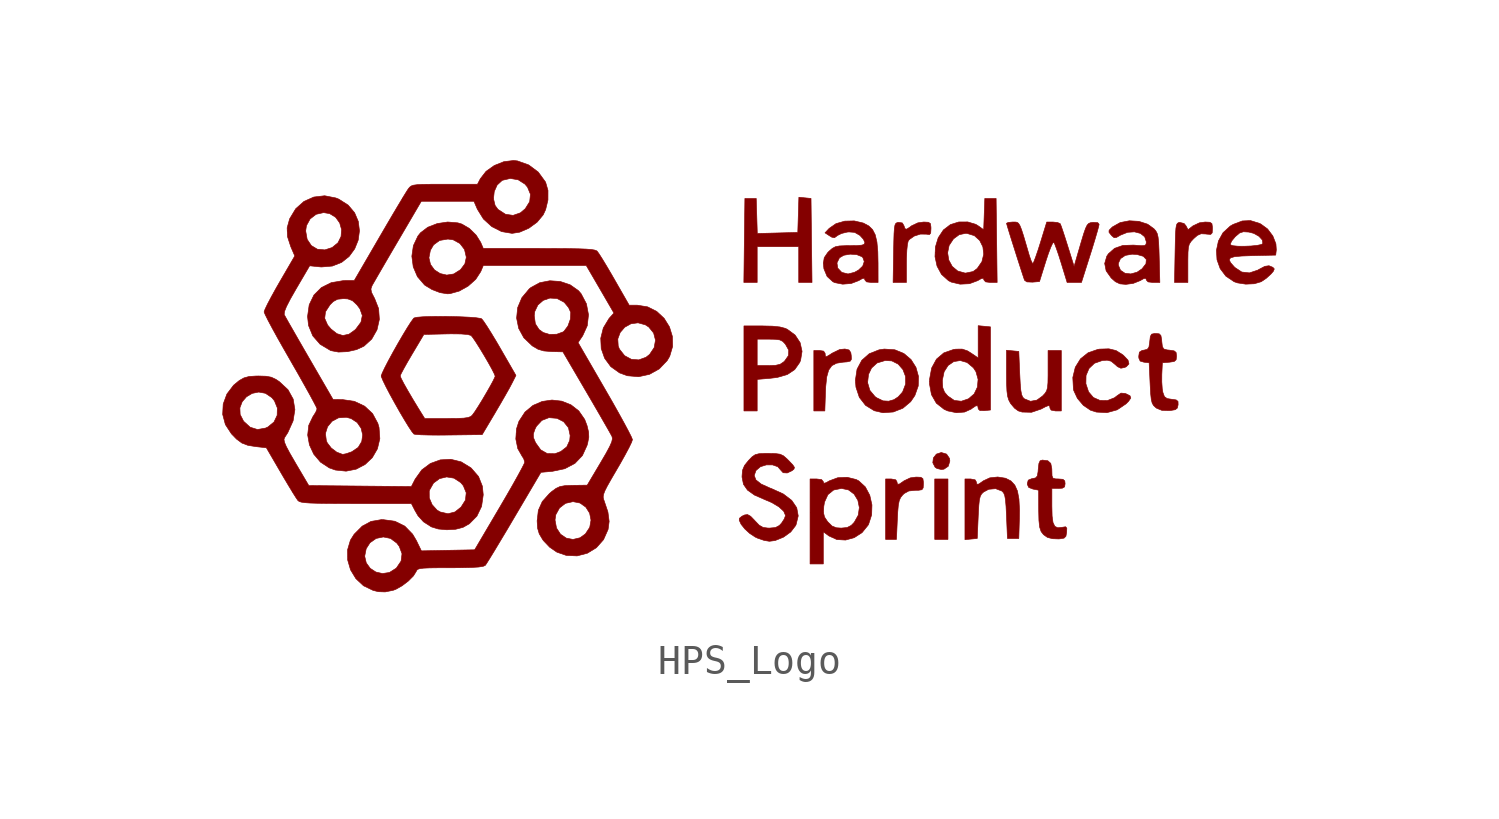
<source format=kicad_sym>
(kicad_symbol_lib
  (version 20211014)
  (generator kicad_symbol_editor)
  (symbol "HPS_Logo"
    (pin_names
      (offset 1.016))
    (property "Reference" "#G"
      (at 0 6.87 0)
      (effects (font (size 1.27 1.27)) hide))
    (symbol "HPS_Logo_0_0"
      (polyline (pts (xy 6.735 -3.528) (xy 6.286 -3.528) (xy 6.286 -5.58) (xy 6.735 -5.58) (xy 6.735 -3.528)) (stroke (width 0.01) (type default) (color 0 0 0 0)) (fill (type outline)))
      (polyline (pts (xy 6.6 -3.195) (xy 6.745 -3.097) (xy 6.799 -2.918) (xy 6.787 -2.829) (xy 6.689 -2.684) (xy 6.51 -2.63) (xy 6.507 -2.63) (xy 6.342 -2.684) (xy 6.24 -2.814) (xy 6.22 -2.977) (xy 6.299 -3.13) (xy 6.363 -3.172) (xy 6.51 -3.207) (xy 6.6 -3.195)) (stroke (width 0.01) (type default) (color 0 0 0 0)) (fill (type outline)))
      (polyline (pts (xy 0.257 4.362) (xy 1.668 4.362) (xy 1.668 3.143) (xy 2.119 3.143) (xy 2.102 4.57) (xy 2.085 5.997) (xy 1.879 6.017) (xy 1.673 6.037) (xy 1.636 4.843) (xy 0.261 4.806) (xy 0.243 5.402) (xy 0.225 5.997) (xy -0.16 5.997) (xy -0.178 4.57) (xy -0.195 3.143) (xy 0.257 3.143) (xy 0.257 4.362)) (stroke (width 0.01) (type default) (color 0 0 0 0)) (fill (type outline)))
      (polyline (pts (xy 2.576 -0.582) (xy 2.584 -0.396) (xy 2.619 -0.062) (xy 2.685 0.17) (xy 2.792 0.319) (xy 2.95 0.402) (xy 3.169 0.437) (xy 3.309 0.448) (xy 3.42 0.474) (xy 3.457 0.537) (xy 3.451 0.661) (xy 3.436 0.762) (xy 3.376 0.852) (xy 3.237 0.885) (xy 3.059 0.867) (xy 2.804 0.743) (xy 2.721 0.688) (xy 2.616 0.627) (xy 2.574 0.635) (xy 2.566 0.708) (xy 2.564 0.738) (xy 2.514 0.813) (xy 2.373 0.834) (xy 2.181 0.834) (xy 2.181 -1.219) (xy 2.554 -1.219) (xy 2.576 -0.582)) (stroke (width 0.01) (type default) (color 0 0 0 0)) (fill (type outline)))
      (polyline (pts (xy 5.016 -4.906) (xy 5.03 -4.641) (xy 5.05 -4.415) (xy 5.081 -4.263) (xy 5.127 -4.159) (xy 5.196 -4.072) (xy 5.248 -4.022) (xy 5.404 -3.936) (xy 5.623 -3.913) (xy 5.734 -3.912) (xy 5.851 -3.893) (xy 5.894 -3.828) (xy 5.901 -3.688) (xy 5.901 -3.633) (xy 5.884 -3.516) (xy 5.814 -3.471) (xy 5.653 -3.464) (xy 5.455 -3.491) (xy 5.242 -3.592) (xy 5.216 -3.612) (xy 5.084 -3.702) (xy 5.02 -3.705) (xy 5.003 -3.624) (xy 4.963 -3.557) (xy 4.811 -3.528) (xy 4.618 -3.528) (xy 4.618 -5.58) (xy 4.986 -5.58) (xy 5.016 -4.906)) (stroke (width 0.01) (type default) (color 0 0 0 0)) (fill (type outline)))
      (polyline (pts (xy 14.881 3.789) (xy 14.881 3.916) (xy 14.885 4.17) (xy 14.899 4.337) (xy 14.931 4.45) (xy 14.988 4.537) (xy 15.076 4.631) (xy 15.201 4.742) (xy 15.331 4.798) (xy 15.493 4.79) (xy 15.527 4.785) (xy 15.657 4.776) (xy 15.707 4.829) (xy 15.715 4.975) (xy 15.714 5.027) (xy 15.697 5.143) (xy 15.627 5.188) (xy 15.467 5.196) (xy 15.272 5.169) (xy 15.053 5.065) (xy 14.887 4.935) (xy 14.816 5.069) (xy 14.751 5.147) (xy 14.604 5.183) (xy 14.566 5.176) (xy 14.524 5.152) (xy 14.494 5.095) (xy 14.475 4.985) (xy 14.462 4.804) (xy 14.454 4.533) (xy 14.446 4.153) (xy 14.428 3.143) (xy 14.881 3.143) (xy 14.881 3.789)) (stroke (width 0.01) (type default) (color 0 0 0 0)) (fill (type outline)))
      (polyline (pts (xy 5.324 3.789) (xy 5.326 3.967) (xy 5.338 4.233) (xy 5.359 4.438) (xy 5.385 4.55) (xy 5.425 4.604) (xy 5.588 4.718) (xy 5.798 4.786) (xy 5.996 4.785) (xy 6 4.784) (xy 6.106 4.77) (xy 6.149 4.821) (xy 6.158 4.97) (xy 6.157 5.026) (xy 6.14 5.143) (xy 6.07 5.188) (xy 5.91 5.196) (xy 5.712 5.168) (xy 5.499 5.067) (xy 5.434 5.017) (xy 5.329 4.952) (xy 5.275 4.97) (xy 5.24 5.072) (xy 5.186 5.165) (xy 5.056 5.184) (xy 5.009 5.176) (xy 4.966 5.151) (xy 4.936 5.094) (xy 4.917 4.984) (xy 4.904 4.804) (xy 4.896 4.533) (xy 4.889 4.153) (xy 4.872 3.143) (xy 5.324 3.143) (xy 5.324 3.789)) (stroke (width 0.01) (type default) (color 0 0 0 0)) (fill (type outline)))
      (polyline (pts (xy 0.257 -0.147) (xy 0.708 -0.109) (xy 0.942 -0.08) (xy 1.284 0.02) (xy 1.532 0.186) (xy 1.7 0.426) (xy 1.731 0.5) (xy 1.781 0.805) (xy 1.716 1.099) (xy 1.545 1.358) (xy 1.278 1.555) (xy 1.207 1.587) (xy 1.027 1.634) (xy 0.779 1.66) (xy 0.433 1.668) (xy -0.192 1.668) (xy -0.192 1.219) (xy 0.257 1.219) (xy 0.669 1.219) (xy 0.867 1.215) (xy 1.024 1.194) (xy 1.127 1.143) (xy 1.214 1.05) (xy 1.214 1.05) (xy 1.328 0.846) (xy 1.32 0.662) (xy 1.19 0.478) (xy 1.149 0.44) (xy 1.033 0.365) (xy 0.88 0.33) (xy 0.644 0.321) (xy 0.257 0.321) (xy 0.257 1.219) (xy -0.192 1.219) (xy -0.192 -1.219) (xy 0.257 -1.219) (xy 0.257 -0.147)) (stroke (width 0.01) (type default) (color 0 0 0 0)) (fill (type outline)))
      (polyline (pts (xy 7.521 -5.568) (xy 7.729 -5.548) (xy 7.761 -4.821) (xy 7.766 -4.718) (xy 7.782 -4.431) (xy 7.802 -4.238) (xy 7.833 -4.115) (xy 7.878 -4.034) (xy 7.945 -3.971) (xy 8.119 -3.878) (xy 8.354 -3.857) (xy 8.567 -3.939) (xy 8.568 -3.94) (xy 8.622 -3.996) (xy 8.661 -4.085) (xy 8.687 -4.231) (xy 8.707 -4.458) (xy 8.723 -4.789) (xy 8.755 -5.548) (xy 9.14 -5.548) (xy 9.16 -4.875) (xy 9.164 -4.578) (xy 9.145 -4.21) (xy 9.094 -3.936) (xy 9.005 -3.738) (xy 8.873 -3.595) (xy 8.691 -3.503) (xy 8.425 -3.461) (xy 8.155 -3.49) (xy 7.936 -3.592) (xy 7.91 -3.612) (xy 7.778 -3.702) (xy 7.714 -3.705) (xy 7.697 -3.624) (xy 7.657 -3.557) (xy 7.505 -3.528) (xy 7.312 -3.528) (xy 7.312 -5.588) (xy 7.521 -5.568)) (stroke (width 0.01) (type default) (color 0 0 0 0)) (fill (type outline)))
      (polyline (pts (xy 9.895 -1.155) (xy 10.043 -1.077) (xy 10.148 -1.036) (xy 10.19 -1.052) (xy 10.198 -1.123) (xy 10.238 -1.19) (xy 10.391 -1.219) (xy 10.583 -1.219) (xy 10.583 0.834) (xy 10.134 0.834) (xy 10.134 0.155) (xy 10.134 -0.01) (xy 10.13 -0.26) (xy 10.115 -0.426) (xy 10.084 -0.537) (xy 10.03 -0.622) (xy 9.947 -0.711) (xy 9.756 -0.85) (xy 9.538 -0.891) (xy 9.329 -0.807) (xy 9.327 -0.806) (xy 9.273 -0.75) (xy 9.235 -0.661) (xy 9.208 -0.515) (xy 9.189 -0.289) (xy 9.172 0.043) (xy 9.14 0.802) (xy 8.932 0.822) (xy 8.723 0.842) (xy 8.723 0.052) (xy 8.726 -0.294) (xy 8.737 -0.54) (xy 8.759 -0.713) (xy 8.796 -0.84) (xy 8.852 -0.948) (xy 8.868 -0.973) (xy 8.996 -1.124) (xy 9.124 -1.217) (xy 9.252 -1.256) (xy 9.572 -1.264) (xy 9.895 -1.155)) (stroke (width 0.01) (type default) (color 0 0 0 0)) (fill (type outline)))
      (polyline (pts (xy 4.878 -1.254) (xy 5.204 -1.126) (xy 5.469 -0.904) (xy 5.612 -0.693) (xy 5.726 -0.37) (xy 5.734 -0.045) (xy 5.649 0.26) (xy 5.481 0.526) (xy 5.238 0.732) (xy 4.932 0.858) (xy 4.573 0.883) (xy 4.397 0.857) (xy 4.062 0.725) (xy 3.809 0.501) (xy 3.648 0.198) (xy 3.592 -0.173) (xy 3.599 -0.257) (xy 4.006 -0.257) (xy 4.038 0.024) (xy 4.14 0.238) (xy 4.329 0.411) (xy 4.604 0.494) (xy 4.829 0.481) (xy 5.045 0.371) (xy 5.206 0.186) (xy 5.295 -0.049) (xy 5.297 -0.307) (xy 5.199 -0.563) (xy 5.184 -0.586) (xy 5.047 -0.739) (xy 4.903 -0.835) (xy 4.723 -0.887) (xy 4.532 -0.876) (xy 4.32 -0.774) (xy 4.26 -0.732) (xy 4.084 -0.521) (xy 4.006 -0.257) (xy 3.599 -0.257) (xy 3.611 -0.411) (xy 3.726 -0.757) (xy 3.936 -1.028) (xy 4.233 -1.211) (xy 4.528 -1.279) (xy 4.878 -1.254)) (stroke (width 0.01) (type default) (color 0 0 0 0)) (fill (type outline)))
      (polyline (pts (xy 12.479 -1.181) (xy 12.78 -0.978) (xy 12.867 -0.891) (xy 12.943 -0.779) (xy 12.916 -0.703) (xy 12.787 -0.638) (xy 12.748 -0.624) (xy 12.61 -0.613) (xy 12.482 -0.699) (xy 12.389 -0.771) (xy 12.147 -0.866) (xy 11.897 -0.862) (xy 11.673 -0.762) (xy 11.51 -0.571) (xy 11.418 -0.295) (xy 11.423 -0.016) (xy 11.524 0.224) (xy 11.711 0.402) (xy 11.974 0.493) (xy 12.14 0.505) (xy 12.276 0.47) (xy 12.407 0.362) (xy 12.492 0.285) (xy 12.606 0.232) (xy 12.733 0.257) (xy 12.791 0.283) (xy 12.88 0.379) (xy 12.849 0.506) (xy 12.695 0.668) (xy 12.667 0.691) (xy 12.442 0.832) (xy 12.198 0.891) (xy 11.887 0.881) (xy 11.826 0.872) (xy 11.495 0.758) (xy 11.235 0.55) (xy 11.058 0.264) (xy 10.974 -0.083) (xy 10.995 -0.475) (xy 11.006 -0.525) (xy 11.13 -0.791) (xy 11.333 -1.03) (xy 11.574 -1.193) (xy 11.775 -1.257) (xy 12.134 -1.276) (xy 12.479 -1.181)) (stroke (width 0.01) (type default) (color 0 0 0 0)) (fill (type outline)))
      (polyline (pts (xy 7.465 3.102) (xy 7.745 3.206) (xy 7.858 3.271) (xy 7.934 3.289) (xy 7.954 3.238) (xy 7.954 3.231) (xy 8.012 3.164) (xy 8.179 3.143) (xy 8.405 3.143) (xy 8.388 4.57) (xy 8.37 5.997) (xy 7.986 5.997) (xy 7.967 5.466) (xy 7.948 4.934) (xy 7.756 5.071) (xy 7.682 5.116) (xy 7.407 5.199) (xy 7.103 5.198) (xy 6.82 5.11) (xy 6.58 4.927) (xy 6.404 4.661) (xy 6.309 4.349) (xy 6.301 4.151) (xy 6.724 4.151) (xy 6.774 4.4) (xy 6.922 4.623) (xy 7.116 4.766) (xy 7.331 4.811) (xy 7.388 4.808) (xy 7.631 4.733) (xy 7.811 4.572) (xy 7.92 4.354) (xy 7.949 4.104) (xy 7.888 3.85) (xy 7.729 3.619) (xy 7.588 3.515) (xy 7.342 3.464) (xy 7.308 3.465) (xy 7.065 3.533) (xy 6.88 3.689) (xy 6.763 3.904) (xy 6.724 4.151) (xy 6.301 4.151) (xy 6.295 4.019) (xy 6.364 3.699) (xy 6.516 3.418) (xy 6.753 3.205) (xy 6.849 3.156) (xy 7.148 3.086) (xy 7.465 3.102)) (stroke (width 0.01) (type default) (color 0 0 0 0)) (fill (type outline)))
      (polyline (pts (xy 2.502 -5.32) (xy 2.692 -5.461) (xy 2.695 -5.463) (xy 2.963 -5.585) (xy 3.259 -5.602) (xy 3.554 -5.52) (xy 3.819 -5.349) (xy 4.024 -5.096) (xy 4.042 -5.061) (xy 4.144 -4.746) (xy 4.154 -4.409) (xy 4.08 -4.081) (xy 3.929 -3.798) (xy 3.708 -3.594) (xy 3.616 -3.546) (xy 3.313 -3.471) (xy 2.993 -3.486) (xy 2.71 -3.591) (xy 2.597 -3.655) (xy 2.521 -3.674) (xy 2.502 -3.623) (xy 2.501 -3.616) (xy 2.444 -3.549) (xy 2.277 -3.528) (xy 2.053 -3.528) (xy 2.053 -4.675) (xy 2.509 -4.675) (xy 2.518 -4.465) (xy 2.543 -4.314) (xy 2.659 -4.06) (xy 2.853 -3.903) (xy 3.119 -3.849) (xy 3.356 -3.899) (xy 3.549 -4.043) (xy 3.676 -4.253) (xy 3.726 -4.5) (xy 3.689 -4.758) (xy 3.554 -4.998) (xy 3.452 -5.104) (xy 3.312 -5.177) (xy 3.111 -5.196) (xy 2.948 -5.185) (xy 2.8 -5.127) (xy 2.661 -4.99) (xy 2.638 -4.962) (xy 2.544 -4.821) (xy 2.509 -4.675) (xy 2.053 -4.675) (xy 2.053 -6.414) (xy 2.502 -6.414) (xy 2.502 -5.32)) (stroke (width 0.01) (type default) (color 0 0 0 0)) (fill (type outline)))
      (polyline (pts (xy 7.299 -1.256) (xy 7.522 -1.155) (xy 7.552 -1.131) (xy 7.682 -1.044) (xy 7.745 -1.043) (xy 7.761 -1.127) (xy 7.763 -1.149) (xy 7.819 -1.204) (xy 7.97 -1.207) (xy 8.178 -1.187) (xy 8.178 1.636) (xy 7.97 1.656) (xy 7.761 1.676) (xy 7.761 0.581) (xy 7.521 0.745) (xy 7.399 0.821) (xy 7.218 0.882) (xy 7 0.879) (xy 6.924 0.868) (xy 6.595 0.753) (xy 6.345 0.541) (xy 6.181 0.239) (xy 6.11 -0.145) (xy 6.109 -0.213) (xy 6.544 -0.213) (xy 6.545 -0.173) (xy 6.605 0.114) (xy 6.741 0.327) (xy 6.931 0.457) (xy 7.153 0.493) (xy 7.383 0.427) (xy 7.599 0.247) (xy 7.686 0.113) (xy 7.758 -0.145) (xy 7.735 -0.409) (xy 7.624 -0.641) (xy 7.431 -0.807) (xy 7.188 -0.889) (xy 6.95 -0.862) (xy 6.73 -0.711) (xy 6.619 -0.581) (xy 6.558 -0.429) (xy 6.544 -0.213) (xy 6.109 -0.213) (xy 6.108 -0.301) (xy 6.175 -0.666) (xy 6.341 -0.956) (xy 6.606 -1.164) (xy 6.732 -1.219) (xy 7.021 -1.278) (xy 7.299 -1.256)) (stroke (width 0.01) (type default) (color 0 0 0 0)) (fill (type outline)))
      (polyline (pts (xy 10.532 -5.561) (xy 10.676 -5.537) (xy 10.74 -5.474) (xy 10.764 -5.338) (xy 10.77 -5.199) (xy 10.73 -5.151) (xy 10.619 -5.168) (xy 10.61 -5.17) (xy 10.463 -5.185) (xy 10.364 -5.137) (xy 10.302 -5.009) (xy 10.271 -4.785) (xy 10.263 -4.45) (xy 10.263 -3.849) (xy 10.487 -3.849) (xy 10.619 -3.841) (xy 10.695 -3.797) (xy 10.712 -3.688) (xy 10.701 -3.594) (xy 10.639 -3.54) (xy 10.487 -3.528) (xy 10.393 -3.526) (xy 10.302 -3.502) (xy 10.268 -3.421) (xy 10.263 -3.246) (xy 10.261 -3.18) (xy 10.226 -3) (xy 10.127 -2.91) (xy 9.94 -2.886) (xy 9.865 -2.91) (xy 9.823 -3.001) (xy 9.801 -3.191) (xy 9.794 -3.285) (xy 9.769 -3.426) (xy 9.713 -3.491) (xy 9.605 -3.516) (xy 9.58 -3.519) (xy 9.461 -3.568) (xy 9.429 -3.684) (xy 9.43 -3.713) (xy 9.478 -3.816) (xy 9.621 -3.871) (xy 9.814 -3.909) (xy 9.816 -4.569) (xy 9.816 -4.619) (xy 9.824 -4.94) (xy 9.848 -5.162) (xy 9.898 -5.313) (xy 9.979 -5.418) (xy 10.102 -5.505) (xy 10.124 -5.516) (xy 10.288 -5.556) (xy 10.487 -5.564) (xy 10.532 -5.561)) (stroke (width 0.01) (type default) (color 0 0 0 0)) (fill (type outline)))
      (polyline (pts (xy 14.304 -1.201) (xy 14.453 -1.176) (xy 14.522 -1.121) (xy 14.548 -1.014) (xy 14.549 -1.006) (xy 14.546 -0.896) (xy 14.484 -0.844) (xy 14.327 -0.822) (xy 14.176 -0.798) (xy 14.085 -0.733) (xy 14.032 -0.589) (xy 14.011 -0.468) (xy 13.995 -0.233) (xy 13.996 0.02) (xy 14.015 0.417) (xy 14.255 0.437) (xy 14.259 0.437) (xy 14.416 0.461) (xy 14.482 0.519) (xy 14.496 0.641) (xy 14.496 0.644) (xy 14.482 0.766) (xy 14.414 0.822) (xy 14.255 0.846) (xy 14.173 0.854) (xy 14.063 0.885) (xy 14.015 0.967) (xy 13.995 1.139) (xy 13.99 1.203) (xy 13.965 1.342) (xy 13.908 1.4) (xy 13.79 1.411) (xy 13.746 1.41) (xy 13.65 1.389) (xy 13.606 1.31) (xy 13.586 1.139) (xy 13.583 1.104) (xy 13.558 0.946) (xy 13.502 0.873) (xy 13.389 0.846) (xy 13.327 0.836) (xy 13.235 0.778) (xy 13.213 0.641) (xy 13.216 0.576) (xy 13.261 0.475) (xy 13.389 0.437) (xy 13.566 0.417) (xy 13.598 -0.279) (xy 13.601 -0.341) (xy 13.617 -0.632) (xy 13.638 -0.827) (xy 13.669 -0.952) (xy 13.716 -1.034) (xy 13.785 -1.099) (xy 13.822 -1.127) (xy 13.995 -1.197) (xy 14.234 -1.206) (xy 14.304 -1.201)) (stroke (width 0.01) (type default) (color 0 0 0 0)) (fill (type outline)))
      (polyline (pts (xy 17.135 3.1) (xy 17.369 3.169) (xy 17.371 3.17) (xy 17.539 3.283) (xy 17.701 3.429) (xy 17.784 3.525) (xy 17.815 3.604) (xy 17.765 3.659) (xy 17.765 3.659) (xy 17.635 3.712) (xy 17.495 3.692) (xy 17.304 3.592) (xy 17.254 3.563) (xy 16.972 3.469) (xy 16.711 3.498) (xy 16.479 3.651) (xy 16.448 3.683) (xy 16.329 3.818) (xy 16.285 3.914) (xy 16.328 3.979) (xy 16.467 4.02) (xy 16.713 4.042) (xy 17.078 4.055) (xy 17.863 4.073) (xy 17.884 4.252) (xy 17.87 4.456) (xy 17.766 4.722) (xy 17.587 4.96) (xy 17.358 5.128) (xy 17.306 5.152) (xy 17.007 5.245) (xy 16.726 5.232) (xy 16.418 5.115) (xy 16.319 5.058) (xy 16.074 4.833) (xy 15.918 4.55) (xy 15.897 4.45) (xy 16.321 4.45) (xy 16.371 4.556) (xy 16.483 4.691) (xy 16.497 4.705) (xy 16.637 4.824) (xy 16.767 4.866) (xy 16.952 4.855) (xy 17.118 4.811) (xy 17.294 4.712) (xy 17.408 4.588) (xy 17.427 4.464) (xy 17.38 4.434) (xy 17.233 4.403) (xy 17.025 4.382) (xy 16.793 4.373) (xy 16.575 4.375) (xy 16.406 4.392) (xy 16.325 4.424) (xy 16.321 4.45) (xy 15.897 4.45) (xy 15.851 4.236) (xy 15.87 3.915) (xy 15.978 3.614) (xy 16.172 3.357) (xy 16.452 3.169) (xy 16.564 3.13) (xy 16.846 3.087) (xy 17.135 3.1)) (stroke (width 0.01) (type default) (color 0 0 0 0)) (fill (type outline)))
      (polyline (pts (xy 11.567 4.089) (xy 11.624 4.269) (xy 11.72 4.583) (xy 11.797 4.845) (xy 11.849 5.032) (xy 11.867 5.119) (xy 11.821 5.175) (xy 11.663 5.184) (xy 11.652 5.183) (xy 11.573 5.172) (xy 11.512 5.147) (xy 11.46 5.09) (xy 11.407 4.981) (xy 11.345 4.804) (xy 11.265 4.54) (xy 11.157 4.17) (xy 11.018 3.69) (xy 10.8 4.385) (xy 10.721 4.635) (xy 10.641 4.88) (xy 10.58 5.057) (xy 10.547 5.138) (xy 10.545 5.141) (xy 10.455 5.18) (xy 10.3 5.196) (xy 10.089 5.196) (xy 9.872 4.49) (xy 9.789 4.229) (xy 9.709 3.998) (xy 9.649 3.842) (xy 9.616 3.784) (xy 9.602 3.796) (xy 9.554 3.893) (xy 9.498 4.057) (xy 9.39 4.426) (xy 9.301 4.729) (xy 9.233 4.939) (xy 9.179 5.075) (xy 9.131 5.152) (xy 9.081 5.187) (xy 9.02 5.196) (xy 8.941 5.196) (xy 8.918 5.195) (xy 8.78 5.181) (xy 8.723 5.153) (xy 8.726 5.141) (xy 8.756 5.036) (xy 8.815 4.842) (xy 8.895 4.585) (xy 8.989 4.289) (xy 9.087 3.98) (xy 9.183 3.682) (xy 9.268 3.42) (xy 9.335 3.219) (xy 9.415 3.163) (xy 9.603 3.155) (xy 9.843 3.175) (xy 10.06 3.87) (xy 10.144 4.124) (xy 10.226 4.34) (xy 10.29 4.476) (xy 10.328 4.511) (xy 10.355 4.46) (xy 10.414 4.304) (xy 10.493 4.075) (xy 10.58 3.8) (xy 10.781 3.143) (xy 11.267 3.143) (xy 11.567 4.089)) (stroke (width 0.01) (type default) (color 0 0 0 0)) (fill (type outline)))
      (polyline (pts (xy 13.024 3.112) (xy 13.261 3.206) (xy 13.375 3.271) (xy 13.45 3.289) (xy 13.47 3.238) (xy 13.47 3.228) (xy 13.53 3.163) (xy 13.699 3.143) (xy 13.929 3.143) (xy 13.908 3.972) (xy 13.9 4.245) (xy 13.888 4.507) (xy 13.869 4.685) (xy 13.84 4.804) (xy 13.795 4.89) (xy 13.73 4.967) (xy 13.515 5.122) (xy 13.217 5.219) (xy 12.893 5.238) (xy 12.584 5.178) (xy 12.331 5.037) (xy 12.3 5.011) (xy 12.207 4.917) (xy 12.202 4.849) (xy 12.274 4.757) (xy 12.303 4.725) (xy 12.377 4.664) (xy 12.457 4.673) (xy 12.594 4.751) (xy 12.598 4.753) (xy 12.832 4.847) (xy 13.066 4.863) (xy 13.271 4.81) (xy 13.415 4.694) (xy 13.47 4.524) (xy 13.47 4.516) (xy 13.46 4.437) (xy 13.414 4.399) (xy 13.299 4.392) (xy 13.087 4.409) (xy 13.034 4.413) (xy 12.673 4.401) (xy 12.395 4.305) (xy 12.185 4.12) (xy 12.128 4.036) (xy 12.057 3.791) (xy 12.519 3.791) (xy 12.592 3.952) (xy 12.757 4.063) (xy 12.987 4.104) (xy 13.158 4.093) (xy 13.368 4.032) (xy 13.47 3.924) (xy 13.458 3.78) (xy 13.325 3.608) (xy 13.157 3.493) (xy 12.943 3.434) (xy 12.745 3.457) (xy 12.594 3.558) (xy 12.52 3.732) (xy 12.519 3.791) (xy 12.057 3.791) (xy 12.056 3.79) (xy 12.106 3.538) (xy 12.277 3.297) (xy 12.42 3.17) (xy 12.574 3.097) (xy 12.774 3.079) (xy 13.024 3.112)) (stroke (width 0.01) (type default) (color 0 0 0 0)) (fill (type outline)))
      (polyline (pts (xy 3.449 3.109) (xy 3.704 3.206) (xy 3.817 3.271) (xy 3.893 3.289) (xy 3.913 3.238) (xy 3.913 3.231) (xy 3.97 3.164) (xy 4.137 3.143) (xy 4.362 3.143) (xy 4.361 3.8) (xy 4.353 4.184) (xy 4.323 4.519) (xy 4.265 4.764) (xy 4.175 4.938) (xy 4.048 5.062) (xy 3.862 5.161) (xy 3.554 5.234) (xy 3.231 5.226) (xy 2.934 5.141) (xy 2.703 4.981) (xy 2.56 4.829) (xy 2.714 4.728) (xy 2.791 4.681) (xy 2.881 4.663) (xy 2.965 4.724) (xy 2.981 4.738) (xy 3.123 4.808) (xy 3.311 4.854) (xy 3.371 4.86) (xy 3.566 4.845) (xy 3.736 4.748) (xy 3.751 4.736) (xy 3.865 4.611) (xy 3.913 4.501) (xy 3.913 4.495) (xy 3.891 4.443) (xy 3.816 4.412) (xy 3.662 4.397) (xy 3.404 4.394) (xy 3.265 4.393) (xy 3.053 4.384) (xy 2.913 4.357) (xy 2.807 4.3) (xy 2.698 4.205) (xy 2.65 4.156) (xy 2.534 3.985) (xy 2.507 3.808) (xy 2.966 3.808) (xy 3.051 3.982) (xy 3.2 4.068) (xy 3.413 4.105) (xy 3.636 4.09) (xy 3.812 4.02) (xy 3.845 3.99) (xy 3.893 3.855) (xy 3.841 3.701) (xy 3.699 3.565) (xy 3.56 3.488) (xy 3.342 3.433) (xy 3.143 3.483) (xy 3.123 3.493) (xy 2.993 3.631) (xy 2.966 3.808) (xy 2.507 3.808) (xy 2.504 3.788) (xy 2.523 3.609) (xy 2.632 3.348) (xy 2.829 3.168) (xy 2.894 3.138) (xy 3.159 3.086) (xy 3.449 3.109)) (stroke (width 0.01) (type default) (color 0 0 0 0)) (fill (type outline)))
      (polyline (pts (xy 0.869 -5.618) (xy 1.15 -5.504) (xy 1.397 -5.327) (xy 1.562 -5.112) (xy 1.578 -5.078) (xy 1.651 -4.782) (xy 1.6 -4.505) (xy 1.43 -4.255) (xy 1.144 -4.037) (xy 0.746 -3.856) (xy 0.691 -3.836) (xy 0.391 -3.7) (xy 0.214 -3.56) (xy 0.157 -3.41) (xy 0.215 -3.245) (xy 0.22 -3.237) (xy 0.368 -3.112) (xy 0.567 -3.05) (xy 0.777 -3.049) (xy 0.957 -3.112) (xy 1.067 -3.238) (xy 1.139 -3.316) (xy 1.279 -3.324) (xy 1.447 -3.243) (xy 1.508 -3.19) (xy 1.522 -3.133) (xy 1.466 -3.049) (xy 1.33 -2.906) (xy 1.268 -2.844) (xy 1.149 -2.741) (xy 1.033 -2.687) (xy 0.876 -2.666) (xy 0.635 -2.662) (xy 0.514 -2.662) (xy 0.318 -2.671) (xy 0.189 -2.704) (xy 0.084 -2.776) (xy -0.037 -2.901) (xy -0.172 -3.069) (xy -0.24 -3.23) (xy -0.257 -3.437) (xy -0.256 -3.47) (xy -0.208 -3.71) (xy -0.071 -3.907) (xy 0.167 -4.076) (xy 0.519 -4.23) (xy 0.747 -4.327) (xy 0.995 -4.474) (xy 1.159 -4.626) (xy 1.219 -4.767) (xy 1.219 -4.771) (xy 1.178 -4.884) (xy 1.086 -5.026) (xy 1.01 -5.108) (xy 0.876 -5.178) (xy 0.674 -5.196) (xy 0.621 -5.195) (xy 0.456 -5.173) (xy 0.327 -5.099) (xy 0.181 -4.947) (xy 0.174 -4.938) (xy 0.034 -4.794) (xy -0.069 -4.737) (xy -0.17 -4.75) (xy -0.26 -4.793) (xy -0.345 -4.862) (xy -0.352 -4.928) (xy -0.289 -5.066) (xy -0.161 -5.226) (xy 0.007 -5.38) (xy 0.191 -5.5) (xy 0.279 -5.541) (xy 0.496 -5.615) (xy 0.673 -5.644) (xy 0.869 -5.618)) (stroke (width 0.01) (type default) (color 0 0 0 0)) (fill (type outline)))
      (polyline (pts (xy -10.2 -2.036) (xy -9.079 -2.021) (xy -8.64 -1.283) (xy -8.626 -1.258) (xy -8.449 -0.957) (xy -8.285 -0.672) (xy -8.152 -0.436) (xy -8.068 -0.278) (xy -7.934 -0.012) (xy -8.464 0.908) (xy -8.588 1.121) (xy -8.764 1.413) (xy -8.916 1.655) (xy -9.031 1.827) (xy -9.096 1.908) (xy -9.132 1.923) (xy -9.285 1.946) (xy -9.525 1.965) (xy -9.825 1.979) (xy -10.158 1.988) (xy -10.499 1.991) (xy -10.819 1.988) (xy -11.092 1.979) (xy -11.292 1.962) (xy -11.392 1.939) (xy -11.413 1.919) (xy -11.5 1.8) (xy -11.627 1.602) (xy -11.78 1.348) (xy -11.947 1.061) (xy -12.113 0.766) (xy -12.266 0.485) (xy -12.391 0.243) (xy -12.476 0.063) (xy -12.507 -0.028) (xy -11.864 -0.028) (xy -11.864 -0.028) (xy -11.83 0.051) (xy -11.743 0.215) (xy -11.616 0.441) (xy -11.461 0.706) (xy -11.06 1.379) (xy -10.302 1.397) (xy -10.144 1.4) (xy -9.8 1.396) (xy -9.569 1.377) (xy -9.457 1.344) (xy -9.405 1.281) (xy -9.3 1.129) (xy -9.167 0.918) (xy -9.021 0.677) (xy -8.879 0.434) (xy -8.757 0.215) (xy -8.672 0.048) (xy -8.639 -0.037) (xy -8.645 -0.06) (xy -8.7 -0.179) (xy -8.801 -0.366) (xy -8.931 -0.594) (xy -9.073 -0.836) (xy -9.213 -1.063) (xy -9.333 -1.248) (xy -9.417 -1.363) (xy -9.469 -1.408) (xy -9.561 -1.442) (xy -9.709 -1.463) (xy -9.938 -1.473) (xy -10.272 -1.475) (xy -11.031 -1.475) (xy -11.181 -1.235) (xy -11.255 -1.115) (xy -11.444 -0.803) (xy -11.611 -0.518) (xy -11.745 -0.281) (xy -11.833 -0.11) (xy -11.864 -0.028) (xy -12.507 -0.028) (xy -12.508 -0.032) (xy -12.502 -0.058) (xy -12.448 -0.19) (xy -12.346 -0.399) (xy -12.209 -0.66) (xy -12.049 -0.95) (xy -11.882 -1.246) (xy -11.719 -1.522) (xy -11.575 -1.757) (xy -11.463 -1.925) (xy -11.396 -2.004) (xy -11.334 -2.016) (xy -11.159 -2.028) (xy -10.897 -2.036) (xy -10.57 -2.039) (xy -10.2 -2.036)) (stroke (width 0.01) (type default) (color 0 0 0 0)) (fill (type outline)))
      (polyline (pts (xy -3.401 0.024) (xy -3.068 0.209) (xy -2.798 0.492) (xy -2.712 0.64) (xy -2.614 0.971) (xy -2.621 1.31) (xy -2.721 1.635) (xy -2.902 1.926) (xy -3.153 2.16) (xy -3.463 2.316) (xy -3.818 2.373) (xy -4.089 2.373) (xy -4.588 3.244) (xy -4.684 3.411) (xy -4.855 3.702) (xy -5.003 3.946) (xy -5.115 4.121) (xy -5.178 4.207) (xy -5.194 4.219) (xy -5.26 4.244) (xy -5.375 4.263) (xy -5.553 4.277) (xy -5.807 4.287) (xy -6.15 4.293) (xy -6.595 4.296) (xy -7.155 4.298) (xy -9.042 4.298) (xy -9.131 4.506) (xy -9.285 4.752) (xy -9.515 4.978) (xy -9.77 5.127) (xy -9.907 5.168) (xy -10.251 5.197) (xy -10.605 5.144) (xy -10.927 5.019) (xy -11.174 4.831) (xy -11.263 4.719) (xy -11.416 4.394) (xy -11.468 4.036) (xy -11.461 3.981) (xy -10.888 3.981) (xy -10.838 4.237) (xy -10.73 4.421) (xy -10.526 4.57) (xy -10.243 4.618) (xy -10.064 4.592) (xy -9.836 4.467) (xy -9.68 4.264) (xy -9.621 4.009) (xy -9.622 3.983) (xy -9.668 3.775) (xy -9.809 3.587) (xy -9.825 3.572) (xy -10.047 3.432) (xy -10.283 3.395) (xy -10.508 3.447) (xy -10.7 3.571) (xy -10.834 3.755) (xy -10.888 3.981) (xy -11.461 3.981) (xy -11.421 3.675) (xy -11.278 3.34) (xy -11.04 3.063) (xy -11.02 3.047) (xy -10.784 2.904) (xy -10.51 2.799) (xy -10.263 2.759) (xy -10.172 2.764) (xy -9.86 2.851) (xy -9.555 3.022) (xy -9.299 3.251) (xy -9.13 3.511) (xy -9.042 3.72) (xy -5.546 3.72) (xy -5.076 2.913) (xy -4.607 2.105) (xy -4.733 1.966) (xy -4.773 1.921) (xy -4.967 1.6) (xy -5.054 1.252) (xy -5.053 1.226) (xy -4.476 1.226) (xy -4.394 1.446) (xy -4.238 1.625) (xy -4.029 1.741) (xy -3.788 1.774) (xy -3.538 1.705) (xy -3.424 1.631) (xy -3.259 1.428) (xy -3.196 1.185) (xy -3.24 0.932) (xy -3.395 0.701) (xy -3.517 0.604) (xy -3.763 0.515) (xy -4.015 0.535) (xy -4.244 0.658) (xy -4.418 0.878) (xy -4.461 0.985) (xy -4.476 1.226) (xy -5.053 1.226) (xy -5.038 0.9) (xy -4.923 0.571) (xy -4.714 0.287) (xy -4.415 0.073) (xy -4.151 -0.023) (xy -3.77 -0.056) (xy -3.401 0.024)) (stroke (width 0.01) (type default) (color 0 0 0 0)) (fill (type outline)))
      (polyline (pts (xy -13.653 0.795) (xy -13.347 0.864) (xy -13.092 0.982) (xy -12.83 1.222) (xy -12.651 1.537) (xy -12.571 1.891) (xy -12.597 2.257) (xy -12.735 2.608) (xy -12.752 2.637) (xy -12.838 2.807) (xy -12.858 2.923) (xy -12.822 3.03) (xy -12.791 3.086) (xy -12.698 3.247) (xy -12.558 3.49) (xy -12.379 3.798) (xy -12.172 4.153) (xy -11.946 4.538) (xy -11.147 5.901) (xy -9.36 5.901) (xy -9.242 5.628) (xy -9.241 5.627) (xy -9.037 5.299) (xy -8.754 5.041) (xy -8.42 4.871) (xy -8.064 4.811) (xy -7.805 4.852) (xy -7.494 4.987) (xy -7.214 5.192) (xy -7.009 5.439) (xy -6.925 5.619) (xy -6.847 5.944) (xy -6.846 6.269) (xy -6.926 6.546) (xy -6.933 6.559) (xy -7.177 6.893) (xy -7.501 7.135) (xy -7.882 7.271) (xy -8.015 7.285) (xy -8.344 7.245) (xy -8.669 7.115) (xy -8.948 6.917) (xy -9.142 6.667) (xy -9.24 6.478) (xy -10.434 6.478) (xy -10.817 6.478) (xy -11.094 6.474) (xy -11.286 6.464) (xy -11.412 6.447) (xy -11.491 6.419) (xy -11.543 6.378) (xy -11.589 6.322) (xy -11.645 6.236) (xy -11.759 6.052) (xy -11.797 5.987) (xy -8.696 5.987) (xy -8.67 6.232) (xy -8.572 6.452) (xy -8.406 6.605) (xy -8.386 6.615) (xy -8.125 6.676) (xy -7.857 6.63) (xy -7.628 6.483) (xy -7.54 6.379) (xy -7.441 6.138) (xy -7.467 5.888) (xy -7.617 5.648) (xy -7.782 5.508) (xy -8.031 5.422) (xy -8.289 5.46) (xy -8.544 5.625) (xy -8.642 5.76) (xy -8.696 5.987) (xy -11.797 5.987) (xy -11.917 5.788) (xy -12.111 5.462) (xy -12.33 5.089) (xy -12.565 4.686) (xy -13.425 3.207) (xy -13.738 3.207) (xy -13.798 3.206) (xy -14.204 3.138) (xy -14.539 2.971) (xy -14.793 2.717) (xy -14.953 2.386) (xy -15.009 1.988) (xy -15.002 1.924) (xy -14.427 1.924) (xy -14.4 2.151) (xy -14.246 2.387) (xy -14.138 2.495) (xy -13.99 2.575) (xy -13.79 2.595) (xy -13.642 2.586) (xy -13.486 2.527) (xy -13.335 2.387) (xy -13.232 2.251) (xy -13.15 2.022) (xy -13.195 1.796) (xy -13.367 1.565) (xy -13.41 1.524) (xy -13.601 1.388) (xy -13.79 1.347) (xy -13.831 1.349) (xy -14.017 1.407) (xy -14.214 1.565) (xy -14.327 1.697) (xy -14.427 1.924) (xy -15.002 1.924) (xy -14.976 1.683) (xy -14.832 1.331) (xy -14.582 1.045) (xy -14.23 0.835) (xy -14.215 0.829) (xy -13.96 0.781) (xy -13.653 0.795)) (stroke (width 0.01) (type default) (color 0 0 0 0)) (fill (type outline)))
      (polyline (pts (xy -9.981 -5.236) (xy -9.731 -5.171) (xy -9.515 -5.049) (xy -9.26 -4.791) (xy -9.1 -4.458) (xy -9.044 -4.067) (xy -9.073 -3.774) (xy -9.204 -3.445) (xy -9.45 -3.161) (xy -9.469 -3.145) (xy -9.793 -2.947) (xy -10.146 -2.86) (xy -10.502 -2.88) (xy -10.839 -3.002) (xy -11.132 -3.221) (xy -11.355 -3.533) (xy -11.485 -3.786) (xy -13.226 -3.769) (xy -14.967 -3.752) (xy -15.416 -2.991) (xy -15.44 -2.949) (xy -15.616 -2.645) (xy -15.731 -2.428) (xy -15.793 -2.281) (xy -15.81 -2.187) (xy -15.79 -2.125) (xy -15.68 -1.955) (xy -15.5 -1.555) (xy -15.439 -1.173) (xy -15.497 -0.817) (xy -15.673 -0.498) (xy -15.966 -0.225) (xy -16.084 -0.146) (xy -16.24 -0.073) (xy -16.418 -0.04) (xy -16.671 -0.032) (xy -16.757 -0.033) (xy -16.996 -0.049) (xy -17.17 -0.097) (xy -17.329 -0.187) (xy -17.52 -0.344) (xy -17.748 -0.645) (xy -17.873 -0.983) (xy -17.88 -1.113) (xy -17.307 -1.113) (xy -17.229 -0.907) (xy -17.083 -0.738) (xy -16.889 -0.622) (xy -16.668 -0.577) (xy -16.439 -0.619) (xy -16.223 -0.765) (xy -16.134 -0.873) (xy -16.035 -1.117) (xy -16.041 -1.368) (xy -16.149 -1.594) (xy -16.355 -1.763) (xy -16.438 -1.801) (xy -16.709 -1.849) (xy -16.958 -1.771) (xy -17.181 -1.568) (xy -17.181 -1.568) (xy -17.298 -1.339) (xy -17.307 -1.113) (xy -17.88 -1.113) (xy -17.891 -1.336) (xy -17.799 -1.681) (xy -17.593 -1.996) (xy -17.421 -2.173) (xy -17.237 -2.309) (xy -17.031 -2.387) (xy -16.752 -2.431) (xy -16.407 -2.469) (xy -15.917 -3.311) (xy -15.834 -3.453) (xy -15.662 -3.742) (xy -15.538 -3.946) (xy -10.878 -3.946) (xy -10.865 -3.901) (xy -10.732 -3.667) (xy -10.529 -3.517) (xy -10.288 -3.459) (xy -10.037 -3.501) (xy -9.809 -3.651) (xy -9.72 -3.756) (xy -9.622 -3.997) (xy -9.648 -4.246) (xy -9.798 -4.483) (xy -10.002 -4.647) (xy -10.24 -4.709) (xy -10.503 -4.649) (xy -10.61 -4.587) (xy -10.778 -4.403) (xy -10.876 -4.174) (xy -10.878 -3.946) (xy -15.538 -3.946) (xy -15.513 -3.988) (xy -15.4 -4.167) (xy -15.338 -4.257) (xy -15.333 -4.263) (xy -15.292 -4.292) (xy -15.22 -4.315) (xy -15.104 -4.332) (xy -14.929 -4.345) (xy -14.682 -4.353) (xy -14.348 -4.358) (xy -13.915 -4.361) (xy -13.367 -4.362) (xy -11.484 -4.362) (xy -11.361 -4.602) (xy -11.257 -4.78) (xy -11.072 -4.983) (xy -10.808 -5.153) (xy -10.806 -5.154) (xy -10.575 -5.226) (xy -10.281 -5.253) (xy -9.981 -5.236)) (stroke (width 0.01) (type default) (color 0 0 0 0)) (fill (type outline)))
      (polyline (pts (xy -12.102 -7.308) (xy -12.011 -7.274) (xy -11.798 -7.154) (xy -11.586 -6.992) (xy -11.413 -6.818) (xy -11.319 -6.666) (xy -11.305 -6.632) (xy -11.268 -6.596) (xy -11.194 -6.572) (xy -11.065 -6.556) (xy -10.863 -6.547) (xy -10.569 -6.543) (xy -10.165 -6.542) (xy -9.811 -6.541) (xy -9.453 -6.533) (xy -9.202 -6.518) (xy -9.047 -6.494) (xy -8.975 -6.462) (xy -8.973 -6.46) (xy -8.917 -6.376) (xy -8.805 -6.197) (xy -8.648 -5.94) (xy -8.455 -5.618) (xy -8.233 -5.248) (xy -7.994 -4.843) (xy -7.086 -3.303) (xy -6.702 -3.269) (xy -6.7 -3.269) (xy -6.275 -3.18) (xy -5.931 -2.999) (xy -5.677 -2.733) (xy -5.519 -2.387) (xy -5.497 -2.305) (xy -5.46 -2.109) (xy -5.467 -1.937) (xy -5.519 -1.718) (xy -5.599 -1.507) (xy -5.8 -1.217) (xy -6.066 -1.01) (xy -6.377 -0.886) (xy -6.71 -0.848) (xy -7.043 -0.896) (xy -7.356 -1.031) (xy -7.626 -1.256) (xy -7.832 -1.571) (xy -7.915 -1.827) (xy -7.926 -1.998) (xy -7.343 -1.998) (xy -7.288 -1.837) (xy -7.238 -1.739) (xy -7.054 -1.54) (xy -6.813 -1.446) (xy -6.539 -1.469) (xy -6.315 -1.583) (xy -6.151 -1.787) (xy -6.093 -2.054) (xy -6.108 -2.219) (xy -6.208 -2.438) (xy -6.413 -2.597) (xy -6.615 -2.671) (xy -6.872 -2.665) (xy -7.093 -2.539) (xy -7.267 -2.297) (xy -7.271 -2.289) (xy -7.339 -2.125) (xy -7.343 -1.998) (xy -7.926 -1.998) (xy -7.938 -2.17) (xy -7.872 -2.496) (xy -7.72 -2.763) (xy -7.672 -2.834) (xy -7.634 -2.956) (xy -7.66 -3.022) (xy -7.744 -3.186) (xy -7.877 -3.431) (xy -8.05 -3.74) (xy -8.256 -4.098) (xy -8.485 -4.49) (xy -9.335 -5.933) (xy -10.239 -5.951) (xy -11.144 -5.969) (xy -11.317 -5.614) (xy -11.442 -5.403) (xy -11.708 -5.129) (xy -12.043 -4.964) (xy -12.443 -4.909) (xy -12.51 -4.91) (xy -12.857 -4.97) (xy -13.153 -5.13) (xy -13.427 -5.405) (xy -13.554 -5.607) (xy -13.651 -5.935) (xy -13.648 -6.152) (xy -13.069 -6.152) (xy -13.018 -5.895) (xy -12.889 -5.694) (xy -12.682 -5.548) (xy -12.44 -5.497) (xy -12.195 -5.546) (xy -11.981 -5.703) (xy -11.895 -5.817) (xy -11.802 -6.067) (xy -11.833 -6.316) (xy -11.989 -6.547) (xy -12.005 -6.562) (xy -12.228 -6.703) (xy -12.464 -6.739) (xy -12.689 -6.688) (xy -12.881 -6.563) (xy -13.015 -6.379) (xy -13.069 -6.152) (xy -13.648 -6.152) (xy -13.647 -6.279) (xy -13.55 -6.613) (xy -13.368 -6.913) (xy -13.11 -7.154) (xy -12.784 -7.311) (xy -12.605 -7.355) (xy -12.373 -7.363) (xy -12.102 -7.308)) (stroke (width 0.01) (type default) (color 0 0 0 0)) (fill (type outline)))
      (polyline (pts (xy -13.36 -3.196) (xy -13.057 -3.037) (xy -12.81 -2.803) (xy -12.637 -2.505) (xy -12.555 -2.16) (xy -12.582 -1.781) (xy -12.623 -1.639) (xy -12.802 -1.308) (xy -13.072 -1.056) (xy -13.418 -0.893) (xy -13.822 -0.833) (xy -14.143 -0.829) (xy -14.945 0.555) (xy -15.115 0.849) (xy -15.324 1.212) (xy -15.506 1.53) (xy -15.653 1.786) (xy -15.753 1.964) (xy -15.799 2.047) (xy -15.803 2.057) (xy -15.793 2.156) (xy -15.725 2.327) (xy -15.594 2.582) (xy -15.394 2.932) (xy -14.938 3.71) (xy -14.6 3.675) (xy -14.537 3.67) (xy -14.168 3.701) (xy -13.852 3.826) (xy -13.597 4.028) (xy -13.408 4.287) (xy -13.289 4.583) (xy -13.247 4.899) (xy -13.286 5.215) (xy -13.412 5.512) (xy -13.631 5.771) (xy -13.948 5.973) (xy -14.051 6.014) (xy -14.428 6.088) (xy -14.796 6.045) (xy -15.131 5.896) (xy -15.411 5.647) (xy -15.615 5.309) (xy -15.617 5.305) (xy -15.702 5) (xy -15.698 4.894) (xy -15.073 4.894) (xy -15.047 5.073) (xy -14.922 5.301) (xy -14.719 5.458) (xy -14.464 5.516) (xy -14.259 5.482) (xy -14.055 5.356) (xy -13.918 5.166) (xy -13.854 4.94) (xy -13.871 4.706) (xy -13.975 4.493) (xy -14.174 4.33) (xy -14.422 4.25) (xy -14.674 4.272) (xy -14.881 4.396) (xy -15.022 4.607) (xy -15.073 4.894) (xy -15.698 4.894) (xy -15.69 4.699) (xy -15.579 4.359) (xy -15.443 4.044) (xy -15.964 3.148) (xy -16.076 2.952) (xy -16.238 2.659) (xy -16.368 2.413) (xy -16.453 2.235) (xy -16.484 2.145) (xy -16.484 2.141) (xy -16.446 2.049) (xy -16.353 1.862) (xy -16.212 1.597) (xy -16.032 1.269) (xy -15.82 0.894) (xy -15.586 0.486) (xy -15.558 0.436) (xy -15.326 0.033) (xy -15.119 -0.335) (xy -14.943 -0.651) (xy -14.807 -0.902) (xy -14.719 -1.071) (xy -14.688 -1.145) (xy -14.689 -1.154) (xy -14.732 -1.263) (xy -14.824 -1.407) (xy -14.828 -1.413) (xy -14.969 -1.708) (xy -14.999 -1.983) (xy -14.402 -1.983) (xy -14.33 -1.754) (xy -14.176 -1.568) (xy -13.959 -1.452) (xy -13.697 -1.433) (xy -13.533 -1.475) (xy -13.324 -1.611) (xy -13.191 -1.805) (xy -13.138 -2.03) (xy -13.169 -2.256) (xy -13.29 -2.457) (xy -13.505 -2.603) (xy -13.53 -2.613) (xy -13.694 -2.67) (xy -13.804 -2.691) (xy -13.83 -2.689) (xy -14.017 -2.619) (xy -14.204 -2.478) (xy -14.339 -2.303) (xy -14.371 -2.229) (xy -14.402 -1.983) (xy -14.999 -1.983) (xy -15.005 -2.036) (xy -14.945 -2.372) (xy -14.798 -2.687) (xy -14.571 -2.955) (xy -14.274 -3.151) (xy -14.064 -3.225) (xy -13.701 -3.263) (xy -13.36 -3.196)) (stroke (width 0.01) (type default) (color 0 0 0 0)) (fill (type outline)))
      (polyline (pts (xy -5.508 -6.049) (xy -5.202 -5.862) (xy -4.96 -5.589) (xy -4.805 -5.241) (xy -4.769 -4.969) (xy -4.811 -4.648) (xy -4.94 -4.265) (xy -4.957 -4.221) (xy -4.972 -4.144) (xy -4.961 -4.056) (xy -4.917 -3.936) (xy -4.83 -3.764) (xy -4.693 -3.522) (xy -4.498 -3.188) (xy -4.389 -3.001) (xy -4.226 -2.709) (xy -4.095 -2.464) (xy -4.009 -2.285) (xy -3.978 -2.194) (xy -3.979 -2.187) (xy -4.022 -2.085) (xy -4.12 -1.891) (xy -4.265 -1.62) (xy -4.449 -1.286) (xy -4.664 -0.904) (xy -4.902 -0.491) (xy -5.824 1.103) (xy -5.672 1.328) (xy -5.668 1.333) (xy -5.512 1.675) (xy -5.47 2.046) (xy -5.54 2.418) (xy -5.721 2.762) (xy -5.816 2.87) (xy -6.094 3.065) (xy -6.427 3.177) (xy -6.782 3.202) (xy -7.125 3.136) (xy -7.423 2.974) (xy -7.484 2.924) (xy -7.733 2.626) (xy -7.875 2.289) (xy -7.903 2.013) (xy -7.312 2.013) (xy -7.296 2.154) (xy -7.189 2.378) (xy -7.008 2.536) (xy -6.78 2.614) (xy -6.537 2.599) (xy -6.306 2.477) (xy -6.278 2.451) (xy -6.146 2.291) (xy -6.075 2.133) (xy -6.073 2.125) (xy -6.085 1.899) (xy -6.169 1.664) (xy -6.302 1.488) (xy -6.337 1.463) (xy -6.546 1.387) (xy -6.79 1.379) (xy -7.006 1.444) (xy -7.148 1.546) (xy -7.274 1.74) (xy -7.312 2.013) (xy -7.903 2.013) (xy -7.911 1.934) (xy -7.841 1.586) (xy -7.666 1.266) (xy -7.386 0.998) (xy -7.373 0.988) (xy -7.181 0.875) (xy -6.987 0.819) (xy -6.729 0.798) (xy -6.339 0.788) (xy -5.536 -0.584) (xy -5.371 -0.866) (xy -5.159 -1.231) (xy -4.974 -1.552) (xy -4.824 -1.813) (xy -4.72 -1.997) (xy -4.672 -2.087) (xy -4.67 -2.09) (xy -4.658 -2.164) (xy -4.682 -2.271) (xy -4.752 -2.43) (xy -4.876 -2.66) (xy -5.062 -2.978) (xy -5.513 -3.738) (xy -5.99 -3.745) (xy -6.03 -3.746) (xy -6.274 -3.756) (xy -6.439 -3.786) (xy -6.571 -3.847) (xy -6.713 -3.951) (xy -6.796 -4.022) (xy -7.039 -4.294) (xy -7.173 -4.593) (xy -7.21 -4.92) (xy -6.607 -4.92) (xy -6.58 -4.74) (xy -6.455 -4.513) (xy -6.252 -4.356) (xy -5.997 -4.298) (xy -5.759 -4.345) (xy -5.561 -4.485) (xy -5.432 -4.688) (xy -5.385 -4.926) (xy -5.428 -5.17) (xy -5.575 -5.393) (xy -5.759 -5.525) (xy -5.996 -5.581) (xy -6.224 -5.537) (xy -6.42 -5.404) (xy -6.556 -5.195) (xy -6.607 -4.92) (xy -7.21 -4.92) (xy -7.214 -4.95) (xy -7.199 -5.2) (xy -7.142 -5.391) (xy -7.022 -5.592) (xy -7 -5.623) (xy -6.787 -5.846) (xy -6.544 -6.013) (xy -6.223 -6.124) (xy -5.856 -6.14) (xy -5.508 -6.049)) (stroke (width 0.01) (type default) (color 0 0 0 0)) (fill (type outline))))))
</source>
